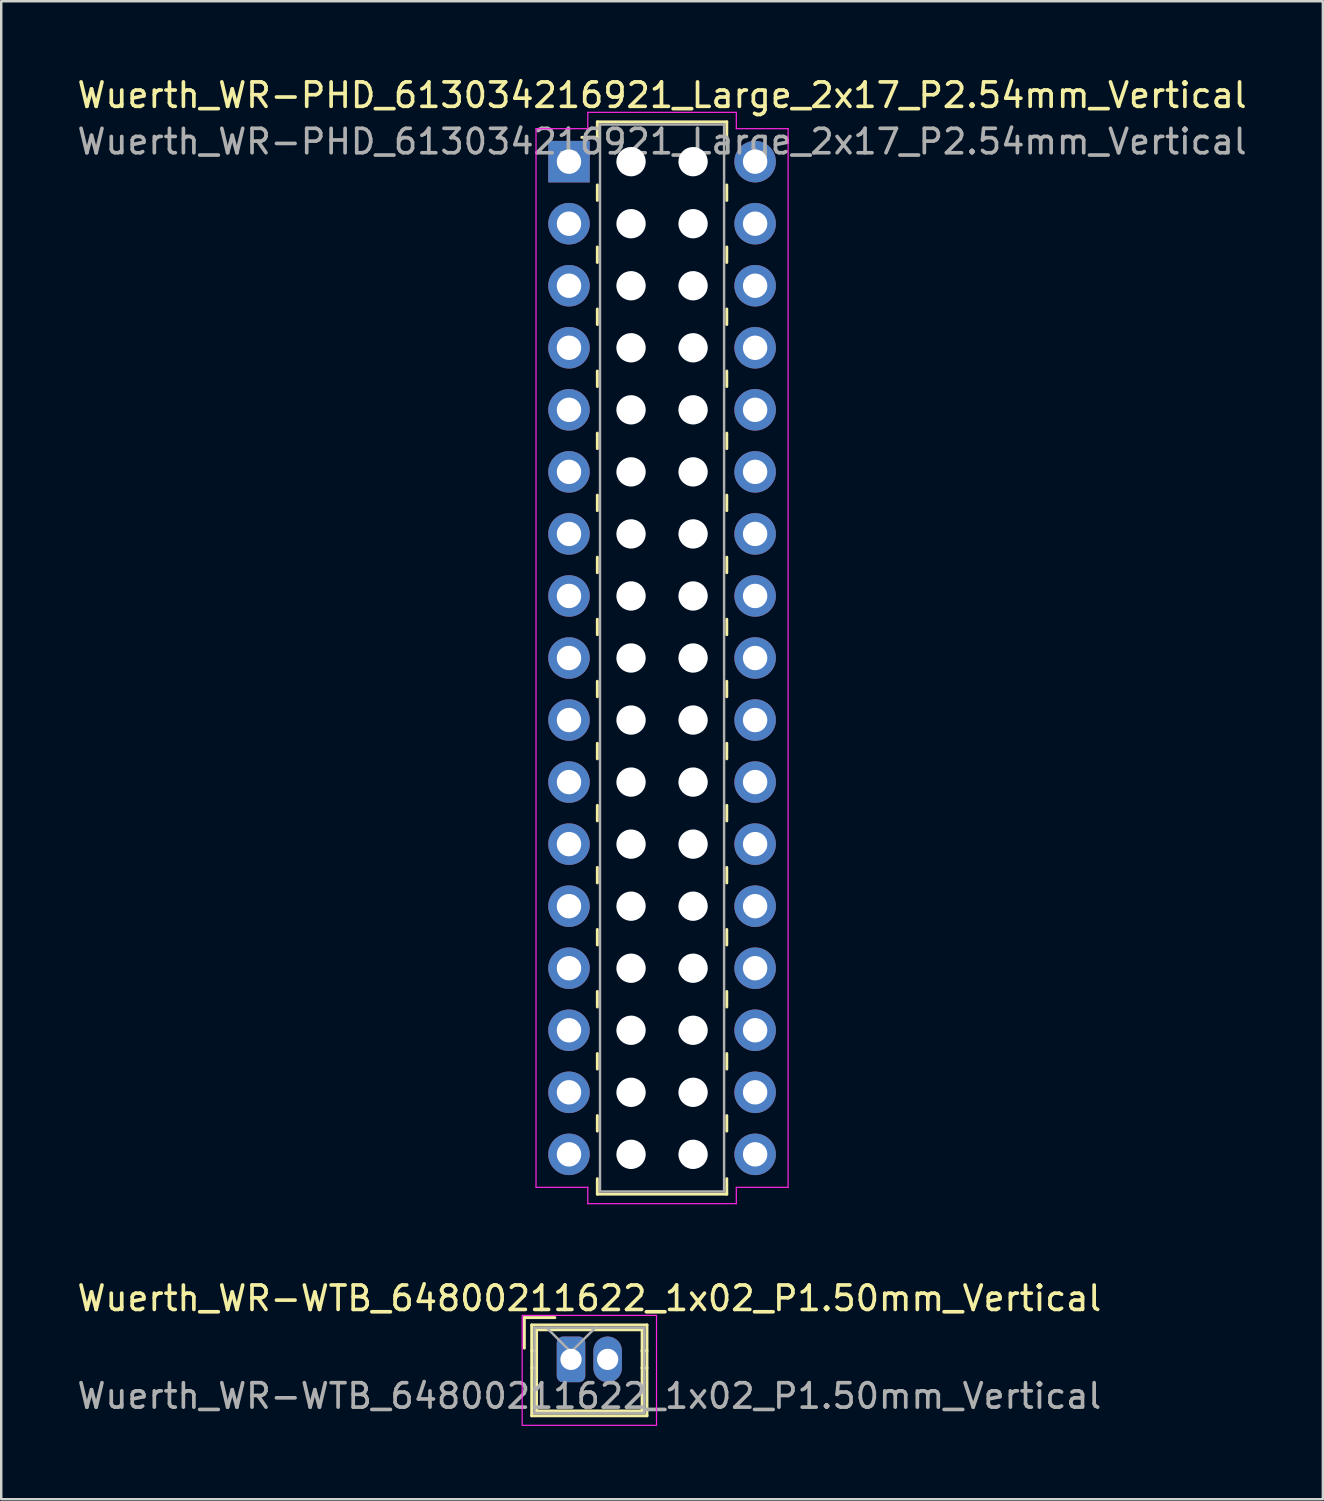
<source format=kicad_pcb>
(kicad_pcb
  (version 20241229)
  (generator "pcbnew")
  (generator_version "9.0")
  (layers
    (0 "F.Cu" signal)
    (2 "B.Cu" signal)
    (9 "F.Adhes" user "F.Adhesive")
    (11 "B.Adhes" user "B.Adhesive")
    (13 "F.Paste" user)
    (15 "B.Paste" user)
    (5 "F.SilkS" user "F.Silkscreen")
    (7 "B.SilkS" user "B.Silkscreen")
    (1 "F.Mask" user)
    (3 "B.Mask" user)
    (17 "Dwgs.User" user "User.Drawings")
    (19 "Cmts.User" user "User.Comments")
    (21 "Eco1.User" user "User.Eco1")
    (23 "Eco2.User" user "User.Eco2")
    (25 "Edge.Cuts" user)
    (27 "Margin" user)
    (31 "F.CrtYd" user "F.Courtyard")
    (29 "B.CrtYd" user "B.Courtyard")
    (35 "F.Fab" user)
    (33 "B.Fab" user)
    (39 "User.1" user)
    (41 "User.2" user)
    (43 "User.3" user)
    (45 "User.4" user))
  (footprint "Wuerth_WR-WTB_64800211622_1x02_P1.50mm_Vertical"
    (layer "F.Cu")
    (at 20.327 52.602)
    (property "Reference" "Wuerth_WR-WTB_64800211622_1x02_P1.50mm_Vertical" (at 0.75 -2.5 0) (layer "F.SilkS") (effects (font (size 1 1) (thickness 0.15))))
    (attr through_hole)
    (fp_line (start -1.91 -1.71) (end -1.91 -0.46) (stroke (width 0.12) (type solid)) (layer "F.SilkS"))
    (fp_line (start -1.61 -1.41) (end -1.61 2.31) (stroke (width 0.12) (type solid)) (layer "F.SilkS"))
    (fp_line (start -1.61 -0.35) (end -1.41 -0.35) (stroke (width 0.12) (type solid)) (layer "F.SilkS"))
    (fp_line (start -1.61 2.31) (end 3.11 2.31) (stroke (width 0.12) (type solid)) (layer "F.SilkS"))
    (fp_line (start -1.41 -1.21) (end 2.91 -1.21) (stroke (width 0.12) (type solid)) (layer "F.SilkS"))
    (fp_line (start -1.41 -0.35) (end -1.41 -1.21) (stroke (width 0.12) (type solid)) (layer "F.SilkS"))
    (fp_line (start -1.41 -0.35) (end -1.41 0.35) (stroke (width 0.12) (type solid)) (layer "F.SilkS"))
    (fp_line (start -1.41 0.35) (end -1.61 0.35) (stroke (width 0.12) (type solid)) (layer "F.SilkS"))
    (fp_line (start -1.41 0.35) (end -1.41 2.11) (stroke (width 0.12) (type solid)) (layer "F.SilkS"))
    (fp_line (start -1.41 2.11) (end 2.91 2.11) (stroke (width 0.12) (type solid)) (layer "F.SilkS"))
    (fp_line (start -0.66 -1.71) (end -1.91 -1.71) (stroke (width 0.12) (type solid)) (layer "F.SilkS"))
    (fp_line (start 2.91 -1.21) (end 2.91 -0.35) (stroke (width 0.12) (type solid)) (layer "F.SilkS"))
    (fp_line (start 2.91 -0.35) (end 2.91 0.35) (stroke (width 0.12) (type solid)) (layer "F.SilkS"))
    (fp_line (start 2.91 -0.35) (end 3.11 -0.35) (stroke (width 0.12) (type solid)) (layer "F.SilkS"))
    (fp_line (start 2.91 0.35) (end 3.11 0.35) (stroke (width 0.12) (type solid)) (layer "F.SilkS"))
    (fp_line (start 2.91 2.11) (end 2.91 0.35) (stroke (width 0.12) (type solid)) (layer "F.SilkS"))
    (fp_line (start 3.11 -1.41) (end -1.61 -1.41) (stroke (width 0.12) (type solid)) (layer "F.SilkS"))
    (fp_line (start 3.11 2.31) (end 3.11 -1.41) (stroke (width 0.12) (type solid)) (layer "F.SilkS"))
    (fp_rect (start -2 -1.8) (end 3.5 2.7) (stroke (width 0.05) (type solid)) (fill no) (layer "F.CrtYd"))
    (fp_line (start -1.5 -1.3) (end -1.5 2.2) (stroke (width 0.1) (type solid)) (layer "F.Fab"))
    (fp_line (start -1.5 2.2) (end 3 2.2) (stroke (width 0.1) (type solid)) (layer "F.Fab"))
    (fp_line (start -1 -1.3) (end 0 -0.3) (stroke (width 0.1) (type solid)) (layer "F.Fab"))
    (fp_line (start 0 -0.3) (end 1 -1.3) (stroke (width 0.1) (type solid)) (layer "F.Fab"))
    (fp_line (start 3 -1.3) (end -1.5 -1.3) (stroke (width 0.1) (type solid)) (layer "F.Fab"))
    (fp_line (start 3 2.2) (end 3 -1.3) (stroke (width 0.1) (type solid)) (layer "F.Fab"))
    (fp_text user "${REFERENCE}" (at 0.75 1.5 0) (layer "F.Fab") (effects (font (size 1 1) (thickness 0.15))))
    (pad "1" thru_hole roundrect (at 0 0) (size 1.17 1.87) (drill 0.87) (layers "*.Cu" "*.Mask") (roundrect_rratio 0.214))
    (pad "2" thru_hole oval (at 1.5 0) (size 1.17 1.87) (drill 0.87) (layers "*.Cu" "*.Mask")))
  (footprint "Wuerth_WR-PHD_613034216921_Large_2x17_P2.54mm_Vertical"
    (layer "F.Cu")
    (at 20.244 3.568)
    (property "Reference" "Wuerth_WR-PHD_613034216921_Large_2x17_P2.54mm_Vertical" (at 3.81 -2.72 0) (layer "F.SilkS") (effects (font (size 1 1) (thickness 0.15))))
    (attr through_hole)
    (fp_line (start 1.16 -1.63) (end 1.16 -0.995) (stroke (width 0.12) (type solid)) (layer "F.SilkS"))
    (fp_line (start 1.16 -1.63) (end 6.46 -1.63) (stroke (width 0.12) (type solid)) (layer "F.SilkS"))
    (fp_line (start 1.16 -0.995) (end 0.525 -0.995) (stroke (width 0.12) (type solid)) (layer "F.SilkS"))
    (fp_line (start 1.16 0.953) (end 1.16 1.587) (stroke (width 0.12) (type solid)) (layer "F.SilkS"))
    (fp_line (start 1.16 3.493) (end 1.16 4.128) (stroke (width 0.12) (type solid)) (layer "F.SilkS"))
    (fp_line (start 1.16 6.032) (end 1.16 6.668) (stroke (width 0.12) (type solid)) (layer "F.SilkS"))
    (fp_line (start 1.16 8.572) (end 1.16 9.207) (stroke (width 0.12) (type solid)) (layer "F.SilkS"))
    (fp_line (start 1.16 11.113) (end 1.16 11.748) (stroke (width 0.12) (type solid)) (layer "F.SilkS"))
    (fp_line (start 1.16 13.652) (end 1.16 14.287) (stroke (width 0.12) (type solid)) (layer "F.SilkS"))
    (fp_line (start 1.16 16.192) (end 1.16 16.828) (stroke (width 0.12) (type solid)) (layer "F.SilkS"))
    (fp_line (start 1.16 18.733) (end 1.16 19.367) (stroke (width 0.12) (type solid)) (layer "F.SilkS"))
    (fp_line (start 1.16 21.273) (end 1.16 21.907) (stroke (width 0.12) (type solid)) (layer "F.SilkS"))
    (fp_line (start 1.16 23.812) (end 1.16 24.448) (stroke (width 0.12) (type solid)) (layer "F.SilkS"))
    (fp_line (start 1.16 26.352) (end 1.16 26.988) (stroke (width 0.12) (type solid)) (layer "F.SilkS"))
    (fp_line (start 1.16 28.892) (end 1.16 29.527) (stroke (width 0.12) (type solid)) (layer "F.SilkS"))
    (fp_line (start 1.16 31.433) (end 1.16 32.068) (stroke (width 0.12) (type solid)) (layer "F.SilkS"))
    (fp_line (start 1.16 33.972) (end 1.16 34.608) (stroke (width 0.12) (type solid)) (layer "F.SilkS"))
    (fp_line (start 1.16 36.513) (end 1.16 37.148) (stroke (width 0.12) (type solid)) (layer "F.SilkS"))
    (fp_line (start 1.16 39.053) (end 1.16 39.688) (stroke (width 0.12) (type solid)) (layer "F.SilkS"))
    (fp_line (start 1.16 42.27) (end 1.16 41.635) (stroke (width 0.12) (type solid)) (layer "F.SilkS"))
    (fp_line (start 1.16 42.27) (end 6.46 42.27) (stroke (width 0.12) (type solid)) (layer "F.SilkS"))
    (fp_line (start 6.46 -1.63) (end 6.46 -0.995) (stroke (width 0.12) (type solid)) (layer "F.SilkS"))
    (fp_line (start 6.46 0.953) (end 6.46 1.587) (stroke (width 0.12) (type solid)) (layer "F.SilkS"))
    (fp_line (start 6.46 3.493) (end 6.46 4.128) (stroke (width 0.12) (type solid)) (layer "F.SilkS"))
    (fp_line (start 6.46 6.032) (end 6.46 6.668) (stroke (width 0.12) (type solid)) (layer "F.SilkS"))
    (fp_line (start 6.46 8.572) (end 6.46 9.207) (stroke (width 0.12) (type solid)) (layer "F.SilkS"))
    (fp_line (start 6.46 11.113) (end 6.46 11.748) (stroke (width 0.12) (type solid)) (layer "F.SilkS"))
    (fp_line (start 6.46 13.652) (end 6.46 14.287) (stroke (width 0.12) (type solid)) (layer "F.SilkS"))
    (fp_line (start 6.46 16.192) (end 6.46 16.828) (stroke (width 0.12) (type solid)) (layer "F.SilkS"))
    (fp_line (start 6.46 18.733) (end 6.46 19.367) (stroke (width 0.12) (type solid)) (layer "F.SilkS"))
    (fp_line (start 6.46 21.273) (end 6.46 21.907) (stroke (width 0.12) (type solid)) (layer "F.SilkS"))
    (fp_line (start 6.46 23.812) (end 6.46 24.448) (stroke (width 0.12) (type solid)) (layer "F.SilkS"))
    (fp_line (start 6.46 26.352) (end 6.46 26.988) (stroke (width 0.12) (type solid)) (layer "F.SilkS"))
    (fp_line (start 6.46 28.892) (end 6.46 29.527) (stroke (width 0.12) (type solid)) (layer "F.SilkS"))
    (fp_line (start 6.46 31.433) (end 6.46 32.068) (stroke (width 0.12) (type solid)) (layer "F.SilkS"))
    (fp_line (start 6.46 33.972) (end 6.46 34.608) (stroke (width 0.12) (type solid)) (layer "F.SilkS"))
    (fp_line (start 6.46 36.513) (end 6.46 37.148) (stroke (width 0.12) (type solid)) (layer "F.SilkS"))
    (fp_line (start 6.46 39.053) (end 6.46 39.688) (stroke (width 0.12) (type solid)) (layer "F.SilkS"))
    (fp_line (start 6.46 42.27) (end 6.46 41.635) (stroke (width 0.12) (type solid)) (layer "F.SilkS"))
    (fp_line (start -1.35 -1.35) (end 0.77 -1.35) (stroke (width 0.05) (type solid)) (layer "F.CrtYd"))
    (fp_line (start -1.35 41.99) (end -1.35 -1.35) (stroke (width 0.05) (type solid)) (layer "F.CrtYd"))
    (fp_line (start 0.77 -2.02) (end 6.85 -2.02) (stroke (width 0.05) (type solid)) (layer "F.CrtYd"))
    (fp_line (start 0.77 -1.35) (end 0.77 -2.02) (stroke (width 0.05) (type solid)) (layer "F.CrtYd"))
    (fp_line (start 0.77 41.99) (end -1.35 41.99) (stroke (width 0.05) (type solid)) (layer "F.CrtYd"))
    (fp_line (start 0.77 42.66) (end 0.77 41.99) (stroke (width 0.05) (type solid)) (layer "F.CrtYd"))
    (fp_line (start 6.85 -2.02) (end 6.85 -1.35) (stroke (width 0.05) (type solid)) (layer "F.CrtYd"))
    (fp_line (start 6.85 -1.35) (end 8.97 -1.35) (stroke (width 0.05) (type solid)) (layer "F.CrtYd"))
    (fp_line (start 6.85 41.99) (end 6.85 42.66) (stroke (width 0.05) (type solid)) (layer "F.CrtYd"))
    (fp_line (start 6.85 42.66) (end 0.77 42.66) (stroke (width 0.05) (type solid)) (layer "F.CrtYd"))
    (fp_line (start 8.97 -1.35) (end 8.97 41.99) (stroke (width 0.05) (type solid)) (layer "F.CrtYd"))
    (fp_line (start 8.97 41.99) (end 6.85 41.99) (stroke (width 0.05) (type solid)) (layer "F.CrtYd"))
    (fp_line (start 1.27 -1.52) (end 1.27 42.16) (stroke (width 0.1) (type solid)) (layer "F.Fab"))
    (fp_line (start 1.27 42.16) (end 6.35 42.16) (stroke (width 0.1) (type solid)) (layer "F.Fab"))
    (fp_line (start 6.35 -1.52) (end 1.27 -1.52) (stroke (width 0.1) (type solid)) (layer "F.Fab"))
    (fp_line (start 6.35 42.16) (end 6.35 -1.52) (stroke (width 0.1) (type solid)) (layer "F.Fab"))
    (fp_text user "${REFERENCE}" (at 3.81 -0.82 0) (layer "F.Fab") (effects (font (size 1 1) (thickness 0.15))))
    (pad "" np_thru_hole circle (at 2.54 0) (size 1.2 1.2) (drill 1.2) (layers "*.Cu" "*.Mask"))
    (pad "" np_thru_hole circle (at 2.54 2.54) (size 1.2 1.2) (drill 1.2) (layers "*.Cu" "*.Mask"))
    (pad "" np_thru_hole circle (at 2.54 5.08) (size 1.2 1.2) (drill 1.2) (layers "*.Cu" "*.Mask"))
    (pad "" np_thru_hole circle (at 2.54 7.62) (size 1.2 1.2) (drill 1.2) (layers "*.Cu" "*.Mask"))
    (pad "" np_thru_hole circle (at 2.54 10.16) (size 1.2 1.2) (drill 1.2) (layers "*.Cu" "*.Mask"))
    (pad "" np_thru_hole circle (at 2.54 12.7) (size 1.2 1.2) (drill 1.2) (layers "*.Cu" "*.Mask"))
    (pad "" np_thru_hole circle (at 2.54 15.24) (size 1.2 1.2) (drill 1.2) (layers "*.Cu" "*.Mask"))
    (pad "" np_thru_hole circle (at 2.54 17.78) (size 1.2 1.2) (drill 1.2) (layers "*.Cu" "*.Mask"))
    (pad "" np_thru_hole circle (at 2.54 20.32) (size 1.2 1.2) (drill 1.2) (layers "*.Cu" "*.Mask"))
    (pad "" np_thru_hole circle (at 2.54 22.86) (size 1.2 1.2) (drill 1.2) (layers "*.Cu" "*.Mask"))
    (pad "" np_thru_hole circle (at 2.54 25.4) (size 1.2 1.2) (drill 1.2) (layers "*.Cu" "*.Mask"))
    (pad "" np_thru_hole circle (at 2.54 27.94) (size 1.2 1.2) (drill 1.2) (layers "*.Cu" "*.Mask"))
    (pad "" np_thru_hole circle (at 2.54 30.48) (size 1.2 1.2) (drill 1.2) (layers "*.Cu" "*.Mask"))
    (pad "" np_thru_hole circle (at 2.54 33.02) (size 1.2 1.2) (drill 1.2) (layers "*.Cu" "*.Mask"))
    (pad "" np_thru_hole circle (at 2.54 35.56) (size 1.2 1.2) (drill 1.2) (layers "*.Cu" "*.Mask"))
    (pad "" np_thru_hole circle (at 2.54 38.1) (size 1.2 1.2) (drill 1.2) (layers "*.Cu" "*.Mask"))
    (pad "" np_thru_hole circle (at 2.54 40.64) (size 1.2 1.2) (drill 1.2) (layers "*.Cu" "*.Mask"))
    (pad "" np_thru_hole circle (at 5.08 0) (size 1.2 1.2) (drill 1.2) (layers "*.Cu" "*.Mask"))
    (pad "" np_thru_hole circle (at 5.08 2.54) (size 1.2 1.2) (drill 1.2) (layers "*.Cu" "*.Mask"))
    (pad "" np_thru_hole circle (at 5.08 5.08) (size 1.2 1.2) (drill 1.2) (layers "*.Cu" "*.Mask"))
    (pad "" np_thru_hole circle (at 5.08 7.62) (size 1.2 1.2) (drill 1.2) (layers "*.Cu" "*.Mask"))
    (pad "" np_thru_hole circle (at 5.08 10.16) (size 1.2 1.2) (drill 1.2) (layers "*.Cu" "*.Mask"))
    (pad "" np_thru_hole circle (at 5.08 12.7) (size 1.2 1.2) (drill 1.2) (layers "*.Cu" "*.Mask"))
    (pad "" np_thru_hole circle (at 5.08 15.24) (size 1.2 1.2) (drill 1.2) (layers "*.Cu" "*.Mask"))
    (pad "" np_thru_hole circle (at 5.08 17.78) (size 1.2 1.2) (drill 1.2) (layers "*.Cu" "*.Mask"))
    (pad "" np_thru_hole circle (at 5.08 20.32) (size 1.2 1.2) (drill 1.2) (layers "*.Cu" "*.Mask"))
    (pad "" np_thru_hole circle (at 5.08 22.86) (size 1.2 1.2) (drill 1.2) (layers "*.Cu" "*.Mask"))
    (pad "" np_thru_hole circle (at 5.08 25.4) (size 1.2 1.2) (drill 1.2) (layers "*.Cu" "*.Mask"))
    (pad "" np_thru_hole circle (at 5.08 27.94) (size 1.2 1.2) (drill 1.2) (layers "*.Cu" "*.Mask"))
    (pad "" np_thru_hole circle (at 5.08 30.48) (size 1.2 1.2) (drill 1.2) (layers "*.Cu" "*.Mask"))
    (pad "" np_thru_hole circle (at 5.08 33.02) (size 1.2 1.2) (drill 1.2) (layers "*.Cu" "*.Mask"))
    (pad "" np_thru_hole circle (at 5.08 35.56) (size 1.2 1.2) (drill 1.2) (layers "*.Cu" "*.Mask"))
    (pad "" np_thru_hole circle (at 5.08 38.1) (size 1.2 1.2) (drill 1.2) (layers "*.Cu" "*.Mask"))
    (pad "" np_thru_hole circle (at 5.08 40.64) (size 1.2 1.2) (drill 1.2) (layers "*.Cu" "*.Mask"))
    (pad "1" thru_hole rect (at 0 0) (size 1.7 1.7) (drill 1) (layers "*.Cu" "*.Mask"))
    (pad "2" thru_hole circle (at 7.62 0) (size 1.7 1.7) (drill 1) (layers "*.Cu" "*.Mask"))
    (pad "3" thru_hole circle (at 0 2.54) (size 1.7 1.7) (drill 1) (layers "*.Cu" "*.Mask"))
    (pad "4" thru_hole circle (at 7.62 2.54) (size 1.7 1.7) (drill 1) (layers "*.Cu" "*.Mask"))
    (pad "5" thru_hole circle (at 0 5.08) (size 1.7 1.7) (drill 1) (layers "*.Cu" "*.Mask"))
    (pad "6" thru_hole circle (at 7.62 5.08) (size 1.7 1.7) (drill 1) (layers "*.Cu" "*.Mask"))
    (pad "7" thru_hole circle (at 0 7.62) (size 1.7 1.7) (drill 1) (layers "*.Cu" "*.Mask"))
    (pad "8" thru_hole circle (at 7.62 7.62) (size 1.7 1.7) (drill 1) (layers "*.Cu" "*.Mask"))
    (pad "9" thru_hole circle (at 0 10.16) (size 1.7 1.7) (drill 1) (layers "*.Cu" "*.Mask"))
    (pad "10" thru_hole circle (at 7.62 10.16) (size 1.7 1.7) (drill 1) (layers "*.Cu" "*.Mask"))
    (pad "11" thru_hole circle (at 0 12.7) (size 1.7 1.7) (drill 1) (layers "*.Cu" "*.Mask"))
    (pad "12" thru_hole circle (at 7.62 12.7) (size 1.7 1.7) (drill 1) (layers "*.Cu" "*.Mask"))
    (pad "13" thru_hole circle (at 0 15.24) (size 1.7 1.7) (drill 1) (layers "*.Cu" "*.Mask"))
    (pad "14" thru_hole circle (at 7.62 15.24) (size 1.7 1.7) (drill 1) (layers "*.Cu" "*.Mask"))
    (pad "15" thru_hole circle (at 0 17.78) (size 1.7 1.7) (drill 1) (layers "*.Cu" "*.Mask"))
    (pad "16" thru_hole circle (at 7.62 17.78) (size 1.7 1.7) (drill 1) (layers "*.Cu" "*.Mask"))
    (pad "17" thru_hole circle (at 0 20.32) (size 1.7 1.7) (drill 1) (layers "*.Cu" "*.Mask"))
    (pad "18" thru_hole circle (at 7.62 20.32) (size 1.7 1.7) (drill 1) (layers "*.Cu" "*.Mask"))
    (pad "19" thru_hole circle (at 0 22.86) (size 1.7 1.7) (drill 1) (layers "*.Cu" "*.Mask"))
    (pad "20" thru_hole circle (at 7.62 22.86) (size 1.7 1.7) (drill 1) (layers "*.Cu" "*.Mask"))
    (pad "21" thru_hole circle (at 0 25.4) (size 1.7 1.7) (drill 1) (layers "*.Cu" "*.Mask"))
    (pad "22" thru_hole circle (at 7.62 25.4) (size 1.7 1.7) (drill 1) (layers "*.Cu" "*.Mask"))
    (pad "23" thru_hole circle (at 0 27.94) (size 1.7 1.7) (drill 1) (layers "*.Cu" "*.Mask"))
    (pad "24" thru_hole circle (at 7.62 27.94) (size 1.7 1.7) (drill 1) (layers "*.Cu" "*.Mask"))
    (pad "25" thru_hole circle (at 0 30.48) (size 1.7 1.7) (drill 1) (layers "*.Cu" "*.Mask"))
    (pad "26" thru_hole circle (at 7.62 30.48) (size 1.7 1.7) (drill 1) (layers "*.Cu" "*.Mask"))
    (pad "27" thru_hole circle (at 0 33.02) (size 1.7 1.7) (drill 1) (layers "*.Cu" "*.Mask"))
    (pad "28" thru_hole circle (at 7.62 33.02) (size 1.7 1.7) (drill 1) (layers "*.Cu" "*.Mask"))
    (pad "29" thru_hole circle (at 0 35.56) (size 1.7 1.7) (drill 1) (layers "*.Cu" "*.Mask"))
    (pad "30" thru_hole circle (at 7.62 35.56) (size 1.7 1.7) (drill 1) (layers "*.Cu" "*.Mask"))
    (pad "31" thru_hole circle (at 0 38.1) (size 1.7 1.7) (drill 1) (layers "*.Cu" "*.Mask"))
    (pad "32" thru_hole circle (at 7.62 38.1) (size 1.7 1.7) (drill 1) (layers "*.Cu" "*.Mask"))
    (pad "33" thru_hole circle (at 0 40.64) (size 1.7 1.7) (drill 1) (layers "*.Cu" "*.Mask"))
    (pad "34" thru_hole circle (at 7.62 40.64) (size 1.7 1.7) (drill 1) (layers "*.Cu" "*.Mask")))
  (gr_rect
    (start -3 -3)
    (end 51.107 58.327)
    (stroke (width 0.1) (type default))
    (fill no)
    (layer "Edge.Cuts")))
</source>
